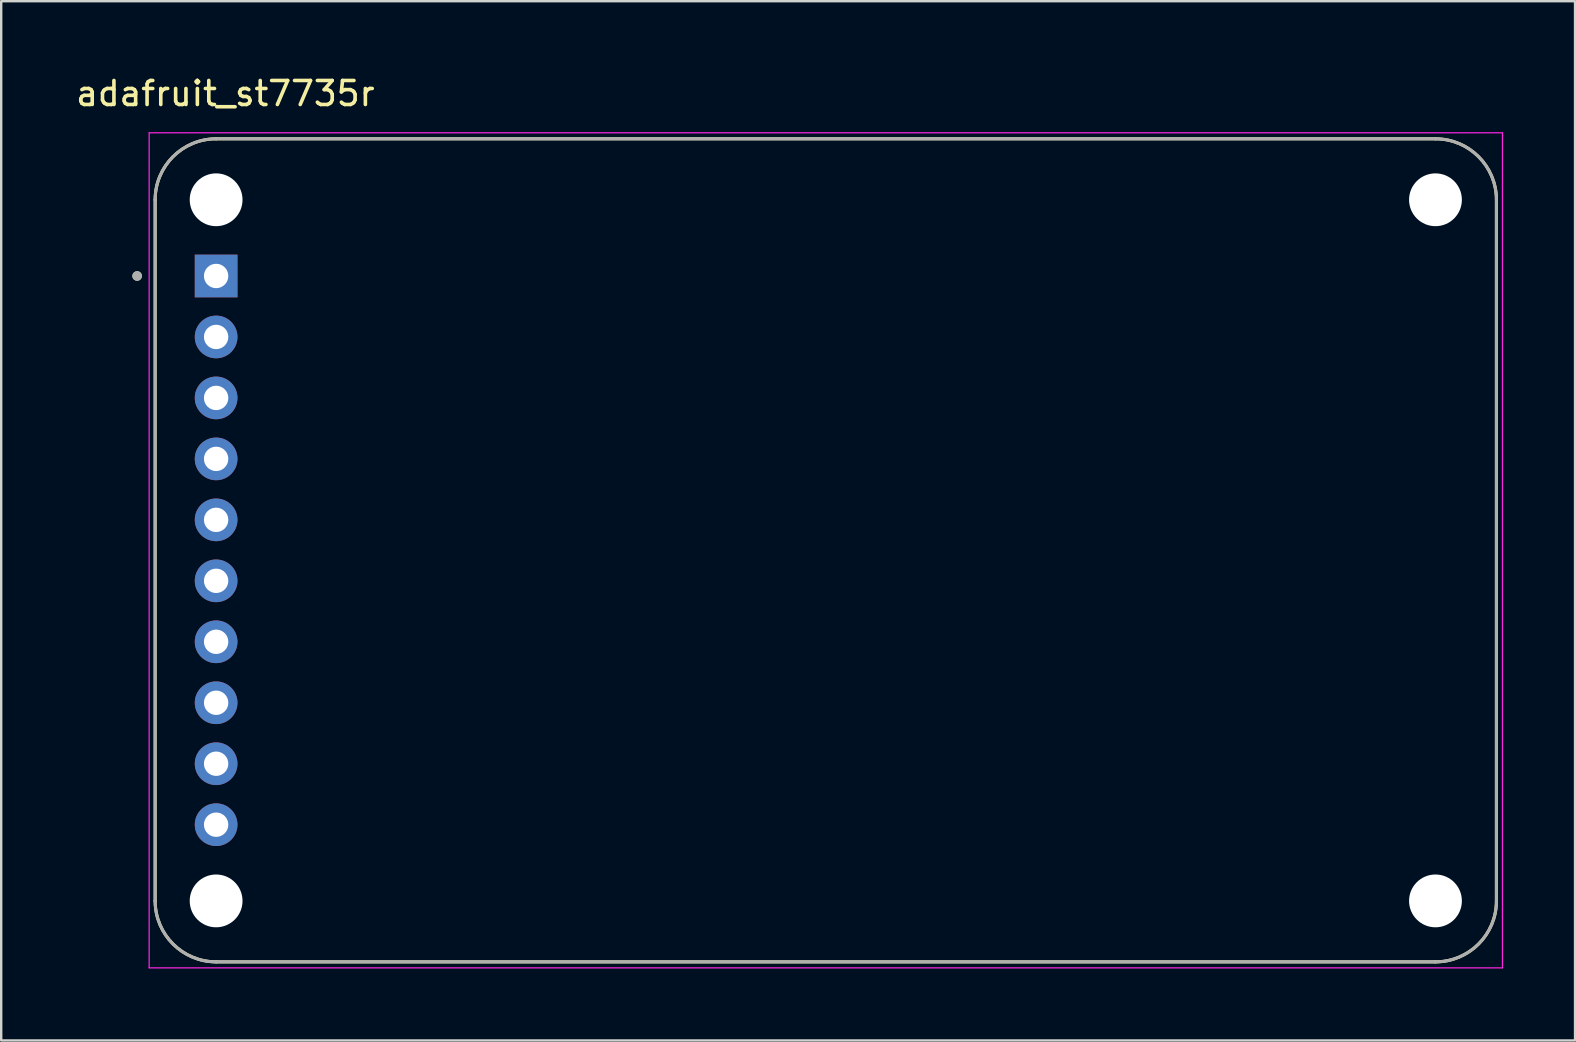
<source format=kicad_pcb>
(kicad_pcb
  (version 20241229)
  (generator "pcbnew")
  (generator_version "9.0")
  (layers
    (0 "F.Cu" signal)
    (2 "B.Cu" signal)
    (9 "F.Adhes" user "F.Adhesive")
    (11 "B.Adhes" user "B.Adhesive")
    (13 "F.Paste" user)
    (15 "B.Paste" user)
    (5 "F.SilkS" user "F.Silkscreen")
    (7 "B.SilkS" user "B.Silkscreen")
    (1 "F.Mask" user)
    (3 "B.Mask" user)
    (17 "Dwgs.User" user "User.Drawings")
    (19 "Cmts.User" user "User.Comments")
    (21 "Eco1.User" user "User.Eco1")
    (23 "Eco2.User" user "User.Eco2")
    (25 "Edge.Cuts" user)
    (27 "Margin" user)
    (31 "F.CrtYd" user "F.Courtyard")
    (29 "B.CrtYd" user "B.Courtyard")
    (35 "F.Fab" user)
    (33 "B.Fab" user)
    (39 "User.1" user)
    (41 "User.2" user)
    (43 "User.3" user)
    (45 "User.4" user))
  (footprint "adafruit_st7735r"
    (layer "F.Cu")
    (at 31.354 19.878)
    (property "Reference" "adafruit_st7735r" (at -25.015 -19.03 0) (layer "F.SilkS") (effects (font (size 1 1) (thickness 0.15))))
    (attr through_hole)
    (fp_line (start -27.94 -14.605) (end -27.94 14.605) (stroke (width 0.127) (type solid)) (layer "F.SilkS"))
    (fp_line (start -25.4 17.145) (end 25.4 17.145) (stroke (width 0.127) (type solid)) (layer "F.SilkS"))
    (fp_line (start 25.4 -17.145) (end -25.4 -17.145) (stroke (width 0.127) (type solid)) (layer "F.SilkS"))
    (fp_line (start 27.94 14.605) (end 27.94 -14.605) (stroke (width 0.127) (type solid)) (layer "F.SilkS"))
    (fp_arc (start -27.94 -14.605) (mid -27.196051 -16.401051) (end -25.4 -17.145) (stroke (width 0.127) (type solid)) (layer "F.SilkS"))
    (fp_arc (start -25.4 17.145) (mid -27.196051 16.401051) (end -27.94 14.605) (stroke (width 0.127) (type solid)) (layer "F.SilkS"))
    (fp_arc (start 25.4 -17.145) (mid 27.196051 -16.401051) (end 27.94 -14.605) (stroke (width 0.127) (type solid)) (layer "F.SilkS"))
    (fp_arc (start 27.94 14.605) (mid 27.196051 16.401051) (end 25.4 17.145) (stroke (width 0.127) (type solid)) (layer "F.SilkS"))
    (fp_circle (center -28.69 -11.43) (end -28.59 -11.43) (stroke (width 0.2) (type solid)) (fill no) (layer "F.SilkS"))
    (fp_line (start -28.19 -17.395) (end -28.19 17.395) (stroke (width 0.05) (type solid)) (layer "F.CrtYd"))
    (fp_line (start -28.19 17.395) (end 28.19 17.395) (stroke (width 0.05) (type solid)) (layer "F.CrtYd"))
    (fp_line (start 28.19 -17.395) (end -28.19 -17.395) (stroke (width 0.05) (type solid)) (layer "F.CrtYd"))
    (fp_line (start 28.19 17.395) (end 28.19 -17.395) (stroke (width 0.05) (type solid)) (layer "F.CrtYd"))
    (fp_line (start -27.94 -14.605) (end -27.94 14.605) (stroke (width 0.127) (type solid)) (layer "F.Fab"))
    (fp_line (start -25.4 17.145) (end 25.4 17.145) (stroke (width 0.127) (type solid)) (layer "F.Fab"))
    (fp_line (start 25.4 -17.145) (end -25.4 -17.145) (stroke (width 0.127) (type solid)) (layer "F.Fab"))
    (fp_line (start 27.94 14.605) (end 27.94 -14.605) (stroke (width 0.127) (type solid)) (layer "F.Fab"))
    (fp_arc (start -27.94 -14.605) (mid -27.196051 -16.401051) (end -25.4 -17.145) (stroke (width 0.127) (type solid)) (layer "F.Fab"))
    (fp_arc (start -25.4 17.145) (mid -27.196051 16.401051) (end -27.94 14.605) (stroke (width 0.127) (type solid)) (layer "F.Fab"))
    (fp_arc (start 25.4 -17.145) (mid 27.196051 -16.401051) (end 27.94 -14.605) (stroke (width 0.127) (type solid)) (layer "F.Fab"))
    (fp_arc (start 27.94 14.605) (mid 27.196051 16.401051) (end 25.4 17.145) (stroke (width 0.127) (type solid)) (layer "F.Fab"))
    (fp_circle (center -28.69 -11.43) (end -28.59 -11.43) (stroke (width 0.2) (type solid)) (fill no) (layer "F.Fab"))
    (pad "" np_thru_hole circle (at -25.4 -14.605) (size 2.2 2.2) (drill 2.2) (layers "*.Cu" "*.Mask"))
    (pad "" np_thru_hole circle (at -25.4 14.605) (size 2.2 2.2) (drill 2.2) (layers "*.Cu" "*.Mask"))
    (pad "" np_thru_hole circle (at 25.4 -14.605) (size 2.2 2.2) (drill 2.2) (layers "*.Cu" "*.Mask"))
    (pad "" np_thru_hole circle (at 25.4 14.605) (size 2.2 2.2) (drill 2.2) (layers "*.Cu" "*.Mask"))
    (pad "1" thru_hole circle (at -25.4 11.43) (size 1.778 1.778) (drill 1.016) (layers "*.Cu" "*.Mask"))
    (pad "2" thru_hole circle (at -25.4 8.89) (size 1.778 1.778) (drill 1.016) (layers "*.Cu" "*.Mask"))
    (pad "3" thru_hole circle (at -25.4 6.35) (size 1.778 1.778) (drill 1.016) (layers "*.Cu" "*.Mask"))
    (pad "4" thru_hole circle (at -25.4 3.81) (size 1.778 1.778) (drill 1.016) (layers "*.Cu" "*.Mask"))
    (pad "5" thru_hole circle (at -25.4 1.27) (size 1.778 1.778) (drill 1.016) (layers "*.Cu" "*.Mask"))
    (pad "6" thru_hole circle (at -25.4 -1.27) (size 1.778 1.778) (drill 1.016) (layers "*.Cu" "*.Mask"))
    (pad "7" thru_hole circle (at -25.4 -3.81) (size 1.778 1.778) (drill 1.016) (layers "*.Cu" "*.Mask"))
    (pad "8" thru_hole circle (at -25.4 -6.35) (size 1.778 1.778) (drill 1.016) (layers "*.Cu" "*.Mask"))
    (pad "9" thru_hole circle (at -25.4 -8.89) (size 1.778 1.778) (drill 1.016) (layers "*.Cu" "*.Mask"))
    (pad "10" thru_hole rect (at -25.4 -11.43) (size 1.778 1.778) (drill 1.016) (layers "*.Cu" "*.Mask")))
  (gr_rect
    (start -3 -3)
    (end 62.569 40.298)
    (stroke (width 0.1) (type default))
    (fill no)
    (layer "Edge.Cuts")))
</source>
